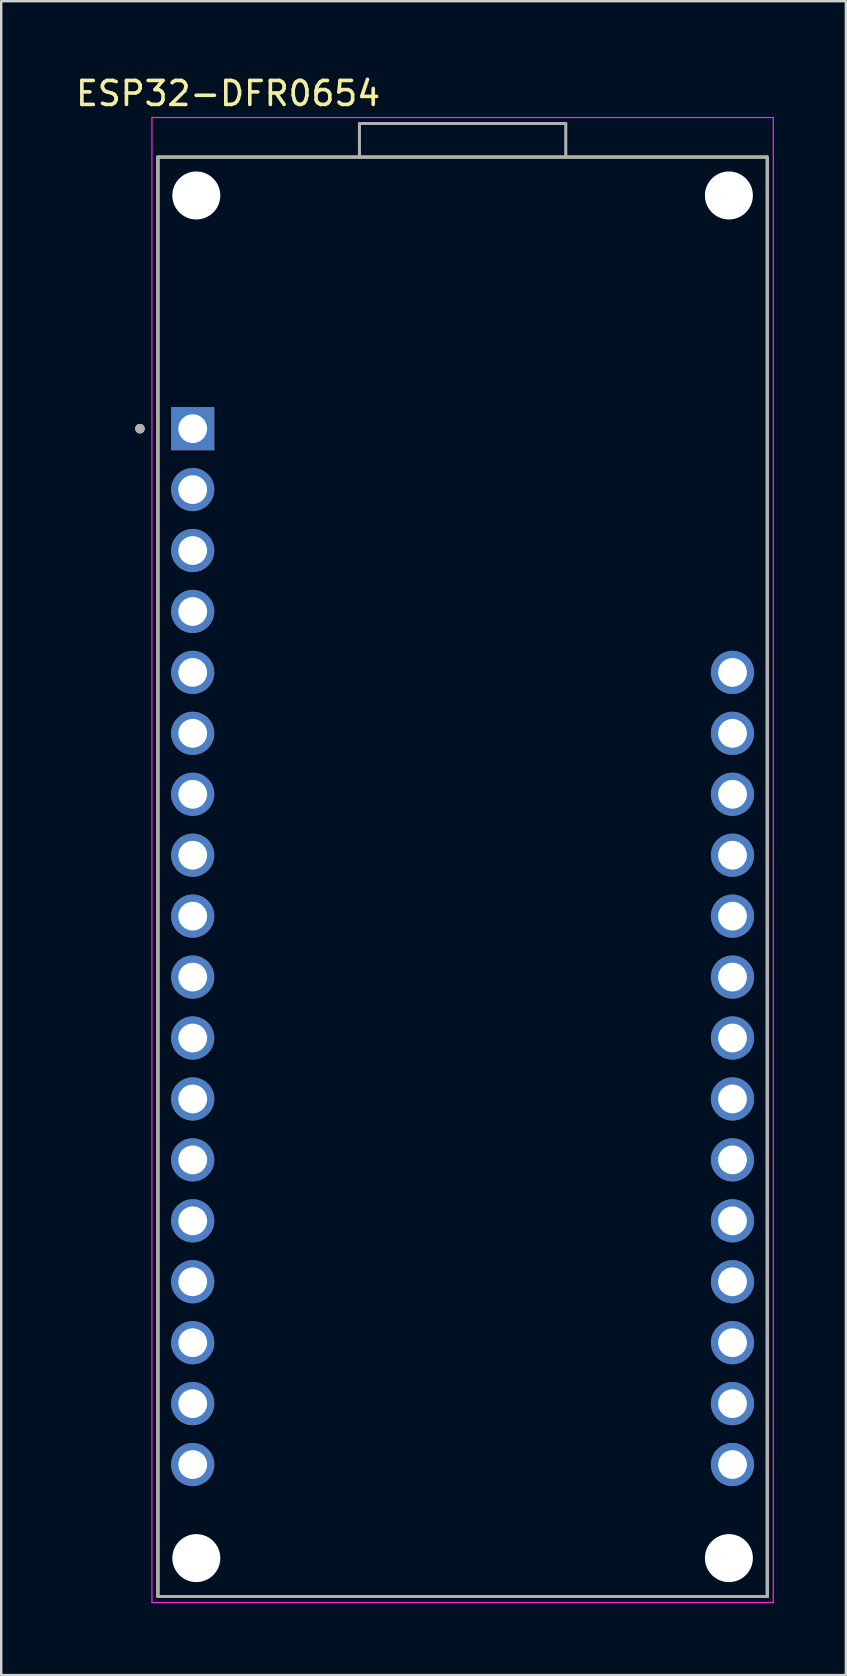
<source format=kicad_pcb>
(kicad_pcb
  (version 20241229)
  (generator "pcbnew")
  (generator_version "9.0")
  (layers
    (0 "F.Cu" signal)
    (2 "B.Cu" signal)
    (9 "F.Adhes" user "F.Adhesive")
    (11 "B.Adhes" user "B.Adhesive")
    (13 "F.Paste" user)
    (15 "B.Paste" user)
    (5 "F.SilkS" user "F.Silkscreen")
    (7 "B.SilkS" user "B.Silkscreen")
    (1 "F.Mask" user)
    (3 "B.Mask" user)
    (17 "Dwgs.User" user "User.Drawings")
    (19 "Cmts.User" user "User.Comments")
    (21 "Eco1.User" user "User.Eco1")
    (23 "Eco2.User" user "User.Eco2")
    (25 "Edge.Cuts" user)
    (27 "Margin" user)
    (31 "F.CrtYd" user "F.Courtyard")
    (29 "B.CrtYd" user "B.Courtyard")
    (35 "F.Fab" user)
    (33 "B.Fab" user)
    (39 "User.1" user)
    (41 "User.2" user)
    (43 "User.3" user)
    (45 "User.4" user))
  (footprint "ESP32-DFR0654"
    (layer "F.Cu")
    (at 16.233 33.498)
    (property "Reference" "ESP32-DFR0654" (at -9.775 -32.65 0) (layer "F.SilkS") (effects (font (size 1 1) (thickness 0.15))))
    (attr through_hole)
    (fp_line (start -12.7 -30) (end -12.7 30) (stroke (width 0.127) (type solid)) (layer "F.SilkS"))
    (fp_line (start 12.7 -30) (end -12.7 -30) (stroke (width 0.127) (type solid)) (layer "F.SilkS"))
    (fp_line (start 12.7 -30) (end 12.7 30) (stroke (width 0.127) (type solid)) (layer "F.SilkS"))
    (fp_line (start 12.7 30) (end -12.7 30) (stroke (width 0.127) (type solid)) (layer "F.SilkS"))
    (fp_circle (center -13.45 -18.68) (end -13.35 -18.68) (stroke (width 0.2) (type solid)) (fill no) (layer "F.SilkS"))
    (fp_line (start -12.95 -31.65) (end -12.95 30.25) (stroke (width 0.05) (type solid)) (layer "F.CrtYd"))
    (fp_line (start -12.95 30.25) (end 12.95 30.25) (stroke (width 0.05) (type solid)) (layer "F.CrtYd"))
    (fp_line (start 12.95 -31.65) (end -12.95 -31.65) (stroke (width 0.05) (type solid)) (layer "F.CrtYd"))
    (fp_line (start 12.95 30.25) (end 12.95 -31.65) (stroke (width 0.05) (type solid)) (layer "F.CrtYd"))
    (fp_line (start -12.7 -30) (end -12.7 30) (stroke (width 0.127) (type solid)) (layer "F.Fab"))
    (fp_line (start -4.3 -31.4) (end -4.3 -30) (stroke (width 0.127) (type solid)) (layer "F.Fab"))
    (fp_line (start -4.3 -30) (end -12.7 -30) (stroke (width 0.127) (type solid)) (layer "F.Fab"))
    (fp_line (start 4.3 -31.4) (end -4.3 -31.4) (stroke (width 0.127) (type solid)) (layer "F.Fab"))
    (fp_line (start 4.3 -30) (end -4.3 -30) (stroke (width 0.127) (type solid)) (layer "F.Fab"))
    (fp_line (start 4.3 -30) (end 4.3 -31.4) (stroke (width 0.127) (type solid)) (layer "F.Fab"))
    (fp_line (start 12.7 -30) (end 4.3 -30) (stroke (width 0.127) (type solid)) (layer "F.Fab"))
    (fp_line (start 12.7 -30) (end 12.7 30) (stroke (width 0.127) (type solid)) (layer "F.Fab"))
    (fp_line (start 12.7 30) (end -12.7 30) (stroke (width 0.127) (type solid)) (layer "F.Fab"))
    (fp_circle (center -13.45 -18.68) (end -13.35 -18.68) (stroke (width 0.2) (type solid)) (fill no) (layer "F.Fab"))
    (pad "" np_thru_hole circle (at -11.1 -28.4) (size 2 2) (drill 2) (layers "*.Cu" "*.Mask"))
    (pad "" np_thru_hole circle (at -11.1 28.4) (size 2 2) (drill 2) (layers "*.Cu" "*.Mask"))
    (pad "" np_thru_hole circle (at 11.1 -28.4) (size 2 2) (drill 2) (layers "*.Cu" "*.Mask"))
    (pad "" np_thru_hole circle (at 11.1 28.4) (size 2 2) (drill 2) (layers "*.Cu" "*.Mask"))
    (pad "1" thru_hole rect (at -11.25 -18.68) (size 1.8 1.8) (drill 1.2) (layers "*.Cu" "*.Mask"))
    (pad "2" thru_hole circle (at -11.25 -16.14) (size 1.8 1.8) (drill 1.2) (layers "*.Cu" "*.Mask"))
    (pad "3" thru_hole circle (at -11.25 -13.6) (size 1.8 1.8) (drill 1.2) (layers "*.Cu" "*.Mask"))
    (pad "4" thru_hole circle (at -11.25 -11.06) (size 1.8 1.8) (drill 1.2) (layers "*.Cu" "*.Mask"))
    (pad "5" thru_hole circle (at -11.25 -8.52) (size 1.8 1.8) (drill 1.2) (layers "*.Cu" "*.Mask"))
    (pad "6" thru_hole circle (at -11.25 -5.98) (size 1.8 1.8) (drill 1.2) (layers "*.Cu" "*.Mask"))
    (pad "7" thru_hole circle (at -11.25 -3.44) (size 1.8 1.8) (drill 1.2) (layers "*.Cu" "*.Mask"))
    (pad "8" thru_hole circle (at -11.25 -0.9) (size 1.8 1.8) (drill 1.2) (layers "*.Cu" "*.Mask"))
    (pad "9" thru_hole circle (at -11.25 1.64) (size 1.8 1.8) (drill 1.2) (layers "*.Cu" "*.Mask"))
    (pad "10" thru_hole circle (at -11.25 4.18) (size 1.8 1.8) (drill 1.2) (layers "*.Cu" "*.Mask"))
    (pad "11" thru_hole circle (at -11.25 6.72) (size 1.8 1.8) (drill 1.2) (layers "*.Cu" "*.Mask"))
    (pad "12" thru_hole circle (at -11.25 9.26) (size 1.8 1.8) (drill 1.2) (layers "*.Cu" "*.Mask"))
    (pad "13" thru_hole circle (at -11.25 11.8) (size 1.8 1.8) (drill 1.2) (layers "*.Cu" "*.Mask"))
    (pad "14" thru_hole circle (at -11.25 14.34) (size 1.8 1.8) (drill 1.2) (layers "*.Cu" "*.Mask"))
    (pad "15" thru_hole circle (at -11.25 16.88) (size 1.8 1.8) (drill 1.2) (layers "*.Cu" "*.Mask"))
    (pad "16" thru_hole circle (at -11.25 19.42) (size 1.8 1.8) (drill 1.2) (layers "*.Cu" "*.Mask"))
    (pad "17" thru_hole circle (at -11.25 21.96) (size 1.8 1.8) (drill 1.2) (layers "*.Cu" "*.Mask"))
    (pad "18" thru_hole circle (at -11.25 24.5) (size 1.8 1.8) (drill 1.2) (layers "*.Cu" "*.Mask"))
    (pad "19" thru_hole circle (at 11.25 24.5) (size 1.8 1.8) (drill 1.2) (layers "*.Cu" "*.Mask"))
    (pad "20" thru_hole circle (at 11.25 21.96) (size 1.8 1.8) (drill 1.2) (layers "*.Cu" "*.Mask"))
    (pad "21" thru_hole circle (at 11.25 19.42) (size 1.8 1.8) (drill 1.2) (layers "*.Cu" "*.Mask"))
    (pad "22" thru_hole circle (at 11.25 16.88) (size 1.8 1.8) (drill 1.2) (layers "*.Cu" "*.Mask"))
    (pad "23" thru_hole circle (at 11.25 14.34) (size 1.8 1.8) (drill 1.2) (layers "*.Cu" "*.Mask"))
    (pad "24" thru_hole circle (at 11.25 11.8) (size 1.8 1.8) (drill 1.2) (layers "*.Cu" "*.Mask"))
    (pad "25" thru_hole circle (at 11.25 9.26) (size 1.8 1.8) (drill 1.2) (layers "*.Cu" "*.Mask"))
    (pad "26" thru_hole circle (at 11.25 6.72) (size 1.8 1.8) (drill 1.2) (layers "*.Cu" "*.Mask"))
    (pad "27" thru_hole circle (at 11.25 4.18) (size 1.8 1.8) (drill 1.2) (layers "*.Cu" "*.Mask"))
    (pad "28" thru_hole circle (at 11.25 1.64) (size 1.8 1.8) (drill 1.2) (layers "*.Cu" "*.Mask"))
    (pad "29" thru_hole circle (at 11.25 -0.9) (size 1.8 1.8) (drill 1.2) (layers "*.Cu" "*.Mask"))
    (pad "30" thru_hole circle (at 11.25 -3.44) (size 1.8 1.8) (drill 1.2) (layers "*.Cu" "*.Mask"))
    (pad "31" thru_hole circle (at 11.25 -5.98) (size 1.8 1.8) (drill 1.2) (layers "*.Cu" "*.Mask"))
    (pad "32" thru_hole circle (at 11.25 -8.52) (size 1.8 1.8) (drill 1.2) (layers "*.Cu" "*.Mask")))
  (gr_rect
    (start -3 -3)
    (end 32.208 66.773)
    (stroke (width 0.1) (type default))
    (fill no)
    (layer "Edge.Cuts")))
</source>
